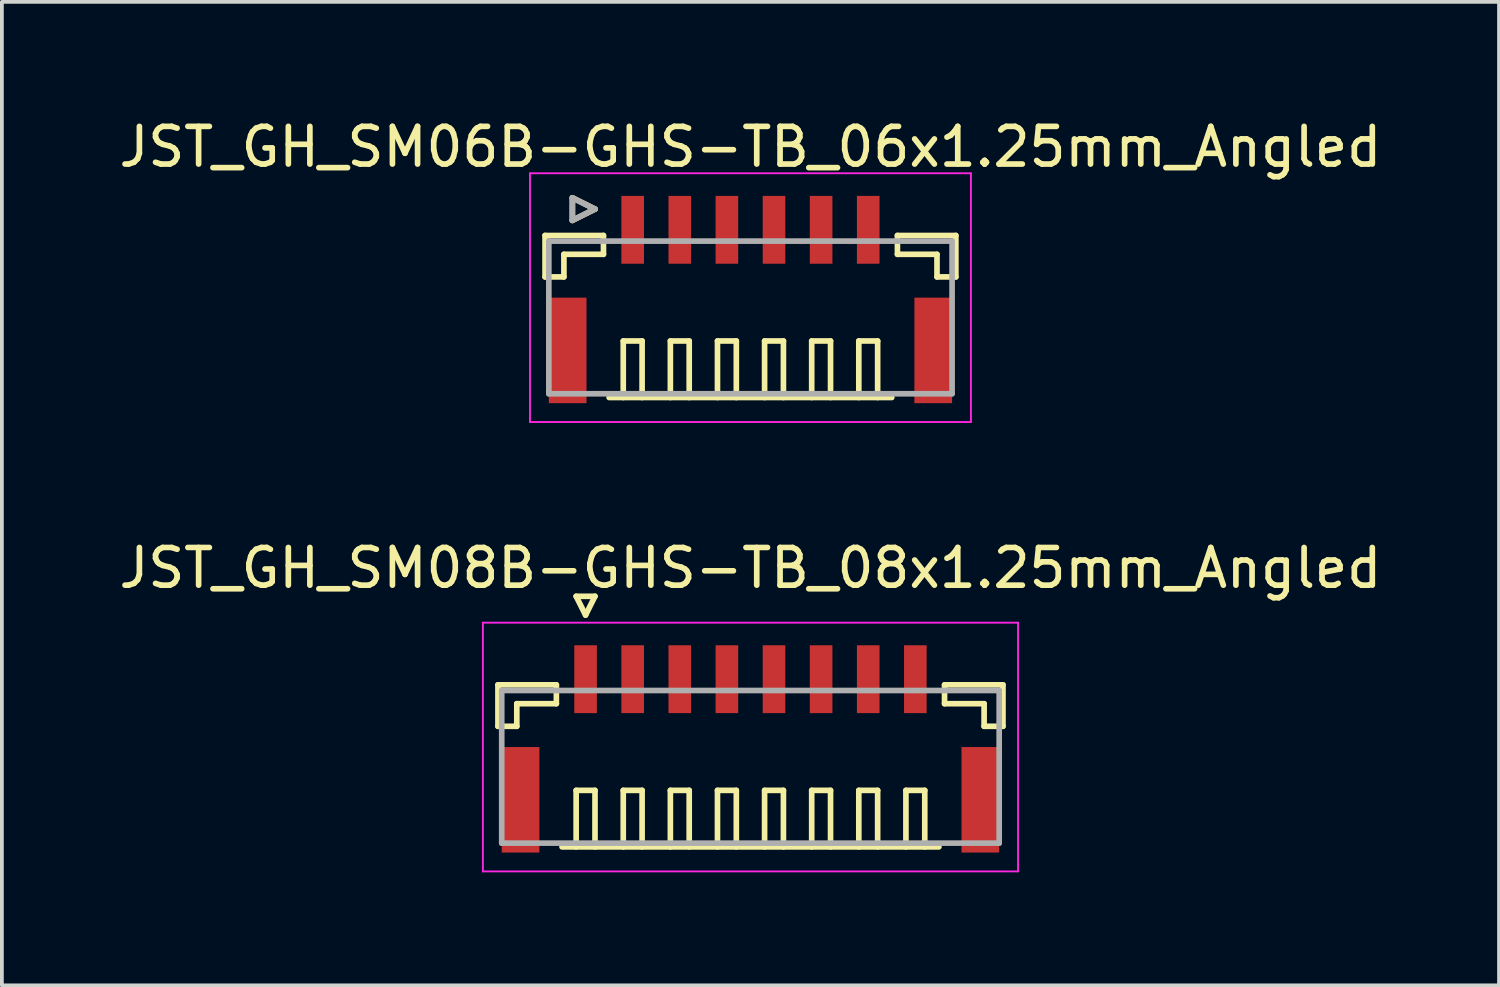
<source format=kicad_pcb>
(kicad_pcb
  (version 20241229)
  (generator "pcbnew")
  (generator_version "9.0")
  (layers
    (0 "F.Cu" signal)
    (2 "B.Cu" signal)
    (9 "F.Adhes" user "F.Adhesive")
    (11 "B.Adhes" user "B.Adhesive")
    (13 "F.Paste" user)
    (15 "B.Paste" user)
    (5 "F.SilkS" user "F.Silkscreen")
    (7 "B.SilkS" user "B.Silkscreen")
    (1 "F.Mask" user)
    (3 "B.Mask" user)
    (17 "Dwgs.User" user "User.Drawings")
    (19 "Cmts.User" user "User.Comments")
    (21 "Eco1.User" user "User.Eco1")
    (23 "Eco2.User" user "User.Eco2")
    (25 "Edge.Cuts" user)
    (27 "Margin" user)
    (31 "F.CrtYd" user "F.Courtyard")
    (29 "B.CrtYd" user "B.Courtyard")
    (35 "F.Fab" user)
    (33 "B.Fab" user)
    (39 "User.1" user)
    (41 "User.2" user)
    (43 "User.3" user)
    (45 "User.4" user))
  (footprint "JST_GH_SM06B-GHS-TB_06x1.25mm_Angled"
    (layer "F.Cu")
    (at 16.863 4.648)
    (property "Reference" "JST_GH_SM06B-GHS-TB_06x1.25mm_Angled" (at 0 -3.8 0) (layer "F.SilkS") (effects (font (size 1 1) (thickness 0.15))))
    (attr smd)
    (fp_line (start -5.45 -1.45) (end -3.9 -1.45) (stroke (width 0.15) (type solid)) (layer "F.SilkS"))
    (fp_line (start -5.45 -0.35) (end -5.45 -1.45) (stroke (width 0.15) (type solid)) (layer "F.SilkS"))
    (fp_line (start -4.95 -0.95) (end -4.95 -0.35) (stroke (width 0.15) (type solid)) (layer "F.SilkS"))
    (fp_line (start -4.95 -0.35) (end -5.45 -0.35) (stroke (width 0.15) (type solid)) (layer "F.SilkS"))
    (fp_line (start -4.725 -2.45) (end -4.725 -1.85) (stroke (width 0.15) (type solid)) (layer "F.SilkS"))
    (fp_line (start -4.725 -1.85) (end -4.125 -2.15) (stroke (width 0.15) (type solid)) (layer "F.SilkS"))
    (fp_line (start -4.125 -2.15) (end -4.725 -2.45) (stroke (width 0.15) (type solid)) (layer "F.SilkS"))
    (fp_line (start -3.9 -1.45) (end -3.9 -0.95) (stroke (width 0.15) (type solid)) (layer "F.SilkS"))
    (fp_line (start -3.9 -0.95) (end -4.95 -0.95) (stroke (width 0.15) (type solid)) (layer "F.SilkS"))
    (fp_line (start -3.75 2.85) (end 3.75 2.85) (stroke (width 0.15) (type solid)) (layer "F.SilkS"))
    (fp_line (start -3.375 1.35) (end -2.875 1.35) (stroke (width 0.15) (type solid)) (layer "F.SilkS"))
    (fp_line (start -3.375 2.85) (end -3.375 1.35) (stroke (width 0.15) (type solid)) (layer "F.SilkS"))
    (fp_line (start -2.875 1.35) (end -2.875 2.85) (stroke (width 0.15) (type solid)) (layer "F.SilkS"))
    (fp_line (start -2.125 1.35) (end -1.625 1.35) (stroke (width 0.15) (type solid)) (layer "F.SilkS"))
    (fp_line (start -2.125 2.85) (end -2.125 1.35) (stroke (width 0.15) (type solid)) (layer "F.SilkS"))
    (fp_line (start -1.625 1.35) (end -1.625 2.85) (stroke (width 0.15) (type solid)) (layer "F.SilkS"))
    (fp_line (start -0.875 1.35) (end -0.375 1.35) (stroke (width 0.15) (type solid)) (layer "F.SilkS"))
    (fp_line (start -0.875 2.85) (end -0.875 1.35) (stroke (width 0.15) (type solid)) (layer "F.SilkS"))
    (fp_line (start -0.375 1.35) (end -0.375 2.85) (stroke (width 0.15) (type solid)) (layer "F.SilkS"))
    (fp_line (start 0.375 1.35) (end 0.875 1.35) (stroke (width 0.15) (type solid)) (layer "F.SilkS"))
    (fp_line (start 0.375 2.85) (end 0.375 1.35) (stroke (width 0.15) (type solid)) (layer "F.SilkS"))
    (fp_line (start 0.875 1.35) (end 0.875 2.85) (stroke (width 0.15) (type solid)) (layer "F.SilkS"))
    (fp_line (start 1.625 1.35) (end 2.125 1.35) (stroke (width 0.15) (type solid)) (layer "F.SilkS"))
    (fp_line (start 1.625 2.85) (end 1.625 1.35) (stroke (width 0.15) (type solid)) (layer "F.SilkS"))
    (fp_line (start 2.125 1.35) (end 2.125 2.85) (stroke (width 0.15) (type solid)) (layer "F.SilkS"))
    (fp_line (start 2.875 1.35) (end 3.375 1.35) (stroke (width 0.15) (type solid)) (layer "F.SilkS"))
    (fp_line (start 2.875 2.85) (end 2.875 1.35) (stroke (width 0.15) (type solid)) (layer "F.SilkS"))
    (fp_line (start 3.375 1.35) (end 3.375 2.85) (stroke (width 0.15) (type solid)) (layer "F.SilkS"))
    (fp_line (start 3.9 -1.45) (end 3.9 -0.95) (stroke (width 0.15) (type solid)) (layer "F.SilkS"))
    (fp_line (start 3.9 -0.95) (end 4.95 -0.95) (stroke (width 0.15) (type solid)) (layer "F.SilkS"))
    (fp_line (start 4.95 -0.95) (end 4.95 -0.35) (stroke (width 0.15) (type solid)) (layer "F.SilkS"))
    (fp_line (start 4.95 -0.35) (end 5.45 -0.35) (stroke (width 0.15) (type solid)) (layer "F.SilkS"))
    (fp_line (start 5.45 -1.45) (end 3.9 -1.45) (stroke (width 0.15) (type solid)) (layer "F.SilkS"))
    (fp_line (start 5.45 -0.35) (end 5.45 -1.45) (stroke (width 0.15) (type solid)) (layer "F.SilkS"))
    (fp_line (start -5.85 -3.1) (end -5.85 3.5) (stroke (width 0.05) (type solid)) (layer "F.CrtYd"))
    (fp_line (start -5.85 3.5) (end 5.85 3.5) (stroke (width 0.05) (type solid)) (layer "F.CrtYd"))
    (fp_line (start 5.85 -3.1) (end -5.85 -3.1) (stroke (width 0.05) (type solid)) (layer "F.CrtYd"))
    (fp_line (start 5.85 3.5) (end 5.85 -3.1) (stroke (width 0.05) (type solid)) (layer "F.CrtYd"))
    (fp_line (start -5.35 -1.3) (end -5.35 2.75) (stroke (width 0.15) (type solid)) (layer "F.Fab"))
    (fp_line (start -5.35 2.75) (end 5.35 2.75) (stroke (width 0.15) (type solid)) (layer "F.Fab"))
    (fp_line (start -4.725 -2.45) (end -4.725 -1.85) (stroke (width 0.15) (type solid)) (layer "F.Fab"))
    (fp_line (start -4.725 -1.85) (end -4.125 -2.15) (stroke (width 0.15) (type solid)) (layer "F.Fab"))
    (fp_line (start -4.125 -2.15) (end -4.725 -2.45) (stroke (width 0.15) (type solid)) (layer "F.Fab"))
    (fp_line (start 5.35 -1.3) (end -5.35 -1.3) (stroke (width 0.15) (type solid)) (layer "F.Fab"))
    (fp_line (start 5.35 2.75) (end 5.35 -1.3) (stroke (width 0.15) (type solid)) (layer "F.Fab"))
    (pad "" smd rect (at -4.85 1.6) (size 1 2.8) (layers "F.Cu" "F.Mask" "F.Paste"))
    (pad "" smd rect (at 4.85 1.6) (size 1 2.8) (layers "F.Cu" "F.Mask" "F.Paste"))
    (pad "1" smd rect (at -3.125 -1.6) (size 0.6 1.8) (layers "F.Cu" "F.Mask" "F.Paste"))
    (pad "2" smd rect (at -1.875 -1.6) (size 0.6 1.8) (layers "F.Cu" "F.Mask" "F.Paste"))
    (pad "3" smd rect (at -0.625 -1.6) (size 0.6 1.8) (layers "F.Cu" "F.Mask" "F.Paste"))
    (pad "4" smd rect (at 0.625 -1.6) (size 0.6 1.8) (layers "F.Cu" "F.Mask" "F.Paste"))
    (pad "5" smd rect (at 1.875 -1.6) (size 0.6 1.8) (layers "F.Cu" "F.Mask" "F.Paste"))
    (pad "6" smd rect (at 3.125 -1.6) (size 0.6 1.8) (layers "F.Cu" "F.Mask" "F.Paste")))
  (footprint "JST_GH_SM08B-GHS-TB_08x1.25mm_Angled"
    (layer "F.Cu")
    (at 16.863 16.572)
    (property "Reference" "JST_GH_SM08B-GHS-TB_08x1.25mm_Angled" (at 0 -4.55 0) (layer "F.SilkS") (effects (font (size 1 1) (thickness 0.15))))
    (attr smd)
    (fp_line (start -6.7 -1.45) (end -5.15 -1.45) (stroke (width 0.15) (type solid)) (layer "F.SilkS"))
    (fp_line (start -6.7 -0.35) (end -6.7 -1.45) (stroke (width 0.15) (type solid)) (layer "F.SilkS"))
    (fp_line (start -6.2 -0.95) (end -6.2 -0.35) (stroke (width 0.15) (type solid)) (layer "F.SilkS"))
    (fp_line (start -6.2 -0.35) (end -6.7 -0.35) (stroke (width 0.15) (type solid)) (layer "F.SilkS"))
    (fp_line (start -5.15 -1.45) (end -5.15 -0.95) (stroke (width 0.15) (type solid)) (layer "F.SilkS"))
    (fp_line (start -5.15 -0.95) (end -6.2 -0.95) (stroke (width 0.15) (type solid)) (layer "F.SilkS"))
    (fp_line (start -5 2.85) (end 5 2.85) (stroke (width 0.15) (type solid)) (layer "F.SilkS"))
    (fp_line (start -4.625 -3.8) (end -4.125 -3.8) (stroke (width 0.15) (type solid)) (layer "F.SilkS"))
    (fp_line (start -4.625 1.35) (end -4.125 1.35) (stroke (width 0.15) (type solid)) (layer "F.SilkS"))
    (fp_line (start -4.625 2.85) (end -4.625 1.35) (stroke (width 0.15) (type solid)) (layer "F.SilkS"))
    (fp_line (start -4.375 -3.3) (end -4.625 -3.8) (stroke (width 0.15) (type solid)) (layer "F.SilkS"))
    (fp_line (start -4.125 -3.8) (end -4.375 -3.3) (stroke (width 0.15) (type solid)) (layer "F.SilkS"))
    (fp_line (start -4.125 1.35) (end -4.125 2.85) (stroke (width 0.15) (type solid)) (layer "F.SilkS"))
    (fp_line (start -3.375 1.35) (end -2.875 1.35) (stroke (width 0.15) (type solid)) (layer "F.SilkS"))
    (fp_line (start -3.375 2.85) (end -3.375 1.35) (stroke (width 0.15) (type solid)) (layer "F.SilkS"))
    (fp_line (start -2.875 1.35) (end -2.875 2.85) (stroke (width 0.15) (type solid)) (layer "F.SilkS"))
    (fp_line (start -2.125 1.35) (end -1.625 1.35) (stroke (width 0.15) (type solid)) (layer "F.SilkS"))
    (fp_line (start -2.125 2.85) (end -2.125 1.35) (stroke (width 0.15) (type solid)) (layer "F.SilkS"))
    (fp_line (start -1.625 1.35) (end -1.625 2.85) (stroke (width 0.15) (type solid)) (layer "F.SilkS"))
    (fp_line (start -0.875 1.35) (end -0.375 1.35) (stroke (width 0.15) (type solid)) (layer "F.SilkS"))
    (fp_line (start -0.875 2.85) (end -0.875 1.35) (stroke (width 0.15) (type solid)) (layer "F.SilkS"))
    (fp_line (start -0.375 1.35) (end -0.375 2.85) (stroke (width 0.15) (type solid)) (layer "F.SilkS"))
    (fp_line (start 0.375 1.35) (end 0.875 1.35) (stroke (width 0.15) (type solid)) (layer "F.SilkS"))
    (fp_line (start 0.375 2.85) (end 0.375 1.35) (stroke (width 0.15) (type solid)) (layer "F.SilkS"))
    (fp_line (start 0.875 1.35) (end 0.875 2.85) (stroke (width 0.15) (type solid)) (layer "F.SilkS"))
    (fp_line (start 1.625 1.35) (end 2.125 1.35) (stroke (width 0.15) (type solid)) (layer "F.SilkS"))
    (fp_line (start 1.625 2.85) (end 1.625 1.35) (stroke (width 0.15) (type solid)) (layer "F.SilkS"))
    (fp_line (start 2.125 1.35) (end 2.125 2.85) (stroke (width 0.15) (type solid)) (layer "F.SilkS"))
    (fp_line (start 2.875 1.35) (end 3.375 1.35) (stroke (width 0.15) (type solid)) (layer "F.SilkS"))
    (fp_line (start 2.875 2.85) (end 2.875 1.35) (stroke (width 0.15) (type solid)) (layer "F.SilkS"))
    (fp_line (start 3.375 1.35) (end 3.375 2.85) (stroke (width 0.15) (type solid)) (layer "F.SilkS"))
    (fp_line (start 4.125 1.35) (end 4.625 1.35) (stroke (width 0.15) (type solid)) (layer "F.SilkS"))
    (fp_line (start 4.125 2.85) (end 4.125 1.35) (stroke (width 0.15) (type solid)) (layer "F.SilkS"))
    (fp_line (start 4.625 1.35) (end 4.625 2.85) (stroke (width 0.15) (type solid)) (layer "F.SilkS"))
    (fp_line (start 5.15 -1.45) (end 5.15 -0.95) (stroke (width 0.15) (type solid)) (layer "F.SilkS"))
    (fp_line (start 5.15 -0.95) (end 6.2 -0.95) (stroke (width 0.15) (type solid)) (layer "F.SilkS"))
    (fp_line (start 6.2 -0.95) (end 6.2 -0.35) (stroke (width 0.15) (type solid)) (layer "F.SilkS"))
    (fp_line (start 6.2 -0.35) (end 6.7 -0.35) (stroke (width 0.15) (type solid)) (layer "F.SilkS"))
    (fp_line (start 6.7 -1.45) (end 5.15 -1.45) (stroke (width 0.15) (type solid)) (layer "F.SilkS"))
    (fp_line (start 6.7 -0.35) (end 6.7 -1.45) (stroke (width 0.15) (type solid)) (layer "F.SilkS"))
    (fp_line (start -7.1 -3.1) (end -7.1 3.5) (stroke (width 0.05) (type solid)) (layer "F.CrtYd"))
    (fp_line (start -7.1 3.5) (end 7.1 3.5) (stroke (width 0.05) (type solid)) (layer "F.CrtYd"))
    (fp_line (start 7.1 -3.1) (end -7.1 -3.1) (stroke (width 0.05) (type solid)) (layer "F.CrtYd"))
    (fp_line (start 7.1 3.5) (end 7.1 -3.1) (stroke (width 0.05) (type solid)) (layer "F.CrtYd"))
    (fp_line (start -6.6 -1.3) (end -6.6 2.75) (stroke (width 0.15) (type solid)) (layer "F.Fab"))
    (fp_line (start -6.6 2.75) (end 6.6 2.75) (stroke (width 0.15) (type solid)) (layer "F.Fab"))
    (fp_line (start 6.6 -1.3) (end -6.6 -1.3) (stroke (width 0.15) (type solid)) (layer "F.Fab"))
    (fp_line (start 6.6 2.75) (end 6.6 -1.3) (stroke (width 0.15) (type solid)) (layer "F.Fab"))
    (pad "" smd rect (at -6.1 1.6) (size 1 2.8) (layers "F.Cu" "F.Mask" "F.Paste"))
    (pad "" smd rect (at 6.1 1.6) (size 1 2.8) (layers "F.Cu" "F.Mask" "F.Paste"))
    (pad "1" smd rect (at -4.375 -1.6) (size 0.6 1.8) (layers "F.Cu" "F.Mask" "F.Paste"))
    (pad "2" smd rect (at -3.125 -1.6) (size 0.6 1.8) (layers "F.Cu" "F.Mask" "F.Paste"))
    (pad "3" smd rect (at -1.875 -1.6) (size 0.6 1.8) (layers "F.Cu" "F.Mask" "F.Paste"))
    (pad "4" smd rect (at -0.625 -1.6) (size 0.6 1.8) (layers "F.Cu" "F.Mask" "F.Paste"))
    (pad "5" smd rect (at 0.625 -1.6) (size 0.6 1.8) (layers "F.Cu" "F.Mask" "F.Paste"))
    (pad "6" smd rect (at 1.875 -1.6) (size 0.6 1.8) (layers "F.Cu" "F.Mask" "F.Paste"))
    (pad "7" smd rect (at 3.125 -1.6) (size 0.6 1.8) (layers "F.Cu" "F.Mask" "F.Paste"))
    (pad "8" smd rect (at 4.375 -1.6) (size 0.6 1.8) (layers "F.Cu" "F.Mask" "F.Paste")))
  (gr_rect
    (start -3 -3)
    (end 36.726 23.096)
    (stroke (width 0.1) (type default))
    (fill no)
    (layer "Edge.Cuts")))
</source>
